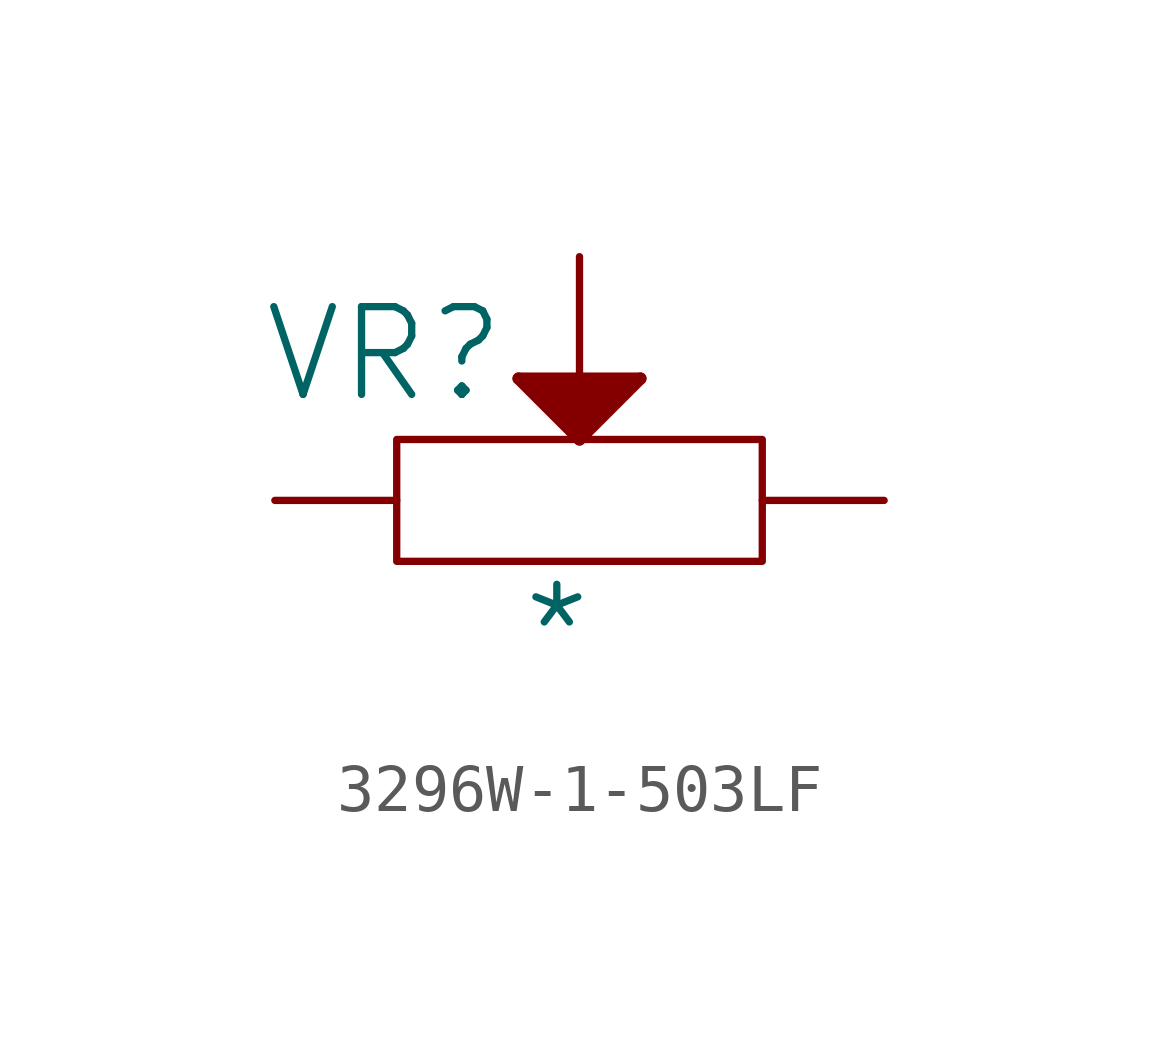
<source format=kicad_sym>
(kicad_symbol_lib
  (version 20231120)
  (generator "kicad_symbol_editor")
  (generator_version "8.0")
  (symbol "3296W-1-503LF"
    (property "Reference" "VR"
      (at -4.064 3.048 0)
      (effects (font (size 1.829 1.829))))
    (property "Value" "*"
      (at -1.27 -3.81 0)
      (effects (font (size 1.829 1.829)) (justify left bottom)))
    (symbol "3296W-1-503LF_0_1"
      (rectangle (start -3.81 1.27) (end 3.81 -1.27) (stroke (width 0) (type default)) (fill (type none))))
    (symbol "3296W-1-503LF_1_0"
      (polyline (pts (xy -1.27 2.54) (xy 1.27 2.54)) (stroke (width 0.254) (type solid)) (fill (type none)))
      (polyline (pts (xy 0 1.27) (xy -1.27 2.54)) (stroke (width 0.254) (type solid)) (fill (type none)))
      (polyline (pts (xy 1.27 2.54) (xy 0 1.27)) (stroke (width 0.254) (type solid)) (fill (type none)))
      (polyline (pts (xy -1.27 2.54) (xy 1.27 2.54) (xy 0 1.27) (xy -1.27 2.54)) (stroke (width -0.0001) (type solid)) (fill (type outline)))
      (pin passive line (at -6.35 0 0) (length 2.54) (name "CCW" (effects (font (size 0 0)))) (number "1" (effects (font (size 0 0)))))
      (pin passive line (at 0 5.08 270) (length 2.54) (name "WIPER" (effects (font (size 0 0)))) (number "2" (effects (font (size 0 0)))))
      (pin passive line (at 6.35 0 180) (length 2.54) (name "CW" (effects (font (size 0 0)))) (number "3" (effects (font (size 0 0))))))))
</source>
